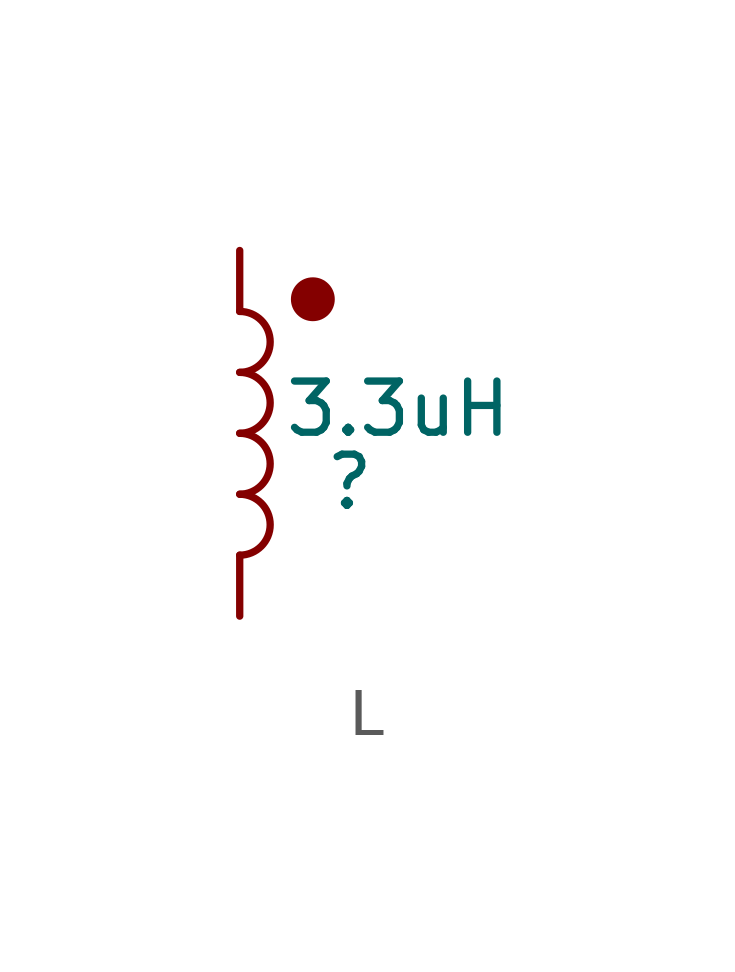
<source format=kicad_sym>
(kicad_symbol_lib
  (version 20231120)
  (generator "kicad_symbol_editor")
  (generator_version "8.0")
  (symbol "L"
    (pin_numbers hide)
    (pin_names
      (offset 1.016) hide)
    (property "Reference" ""
      (at 2.286 -1.016 0)
      (effects (font (size 1.067 1.067))))
    (property "Value" "3.3uH"
      (at 3.302 0.508 0)
      (effects (font (size 1.067 1.067))))
    (symbol "L_0_1"
      (arc (start 0 -2.54) (mid 0.6323 -1.905) (end 0 -1.27) (stroke (width 0) (type default)) (fill (type none)))
      (arc (start 0 -1.27) (mid 0.6323 -0.635) (end 0 0) (stroke (width 0) (type default)) (fill (type none)))
      (arc (start 0 0) (mid 0.6323 0.635) (end 0 1.27) (stroke (width 0) (type default)) (fill (type none)))
      (arc (start 0 1.27) (mid 0.6323 1.905) (end 0 2.54) (stroke (width 0) (type default)) (fill (type none))))
    (symbol "L_1_1"
      (circle (center 1.524 2.794) (radius 0.381) (stroke (width 0) (type default)) (fill (type outline)))
      (pin passive line (at 0 3.81 270) (length 1.27) (name "1" (effects (font (size 1.27 1.27)))) (number "1" (effects (font (size 1.27 1.27)))))
      (pin passive line (at 0 -3.81 90) (length 1.27) (name "2" (effects (font (size 1.27 1.27)))) (number "2" (effects (font (size 1.27 1.27))))))))
</source>
